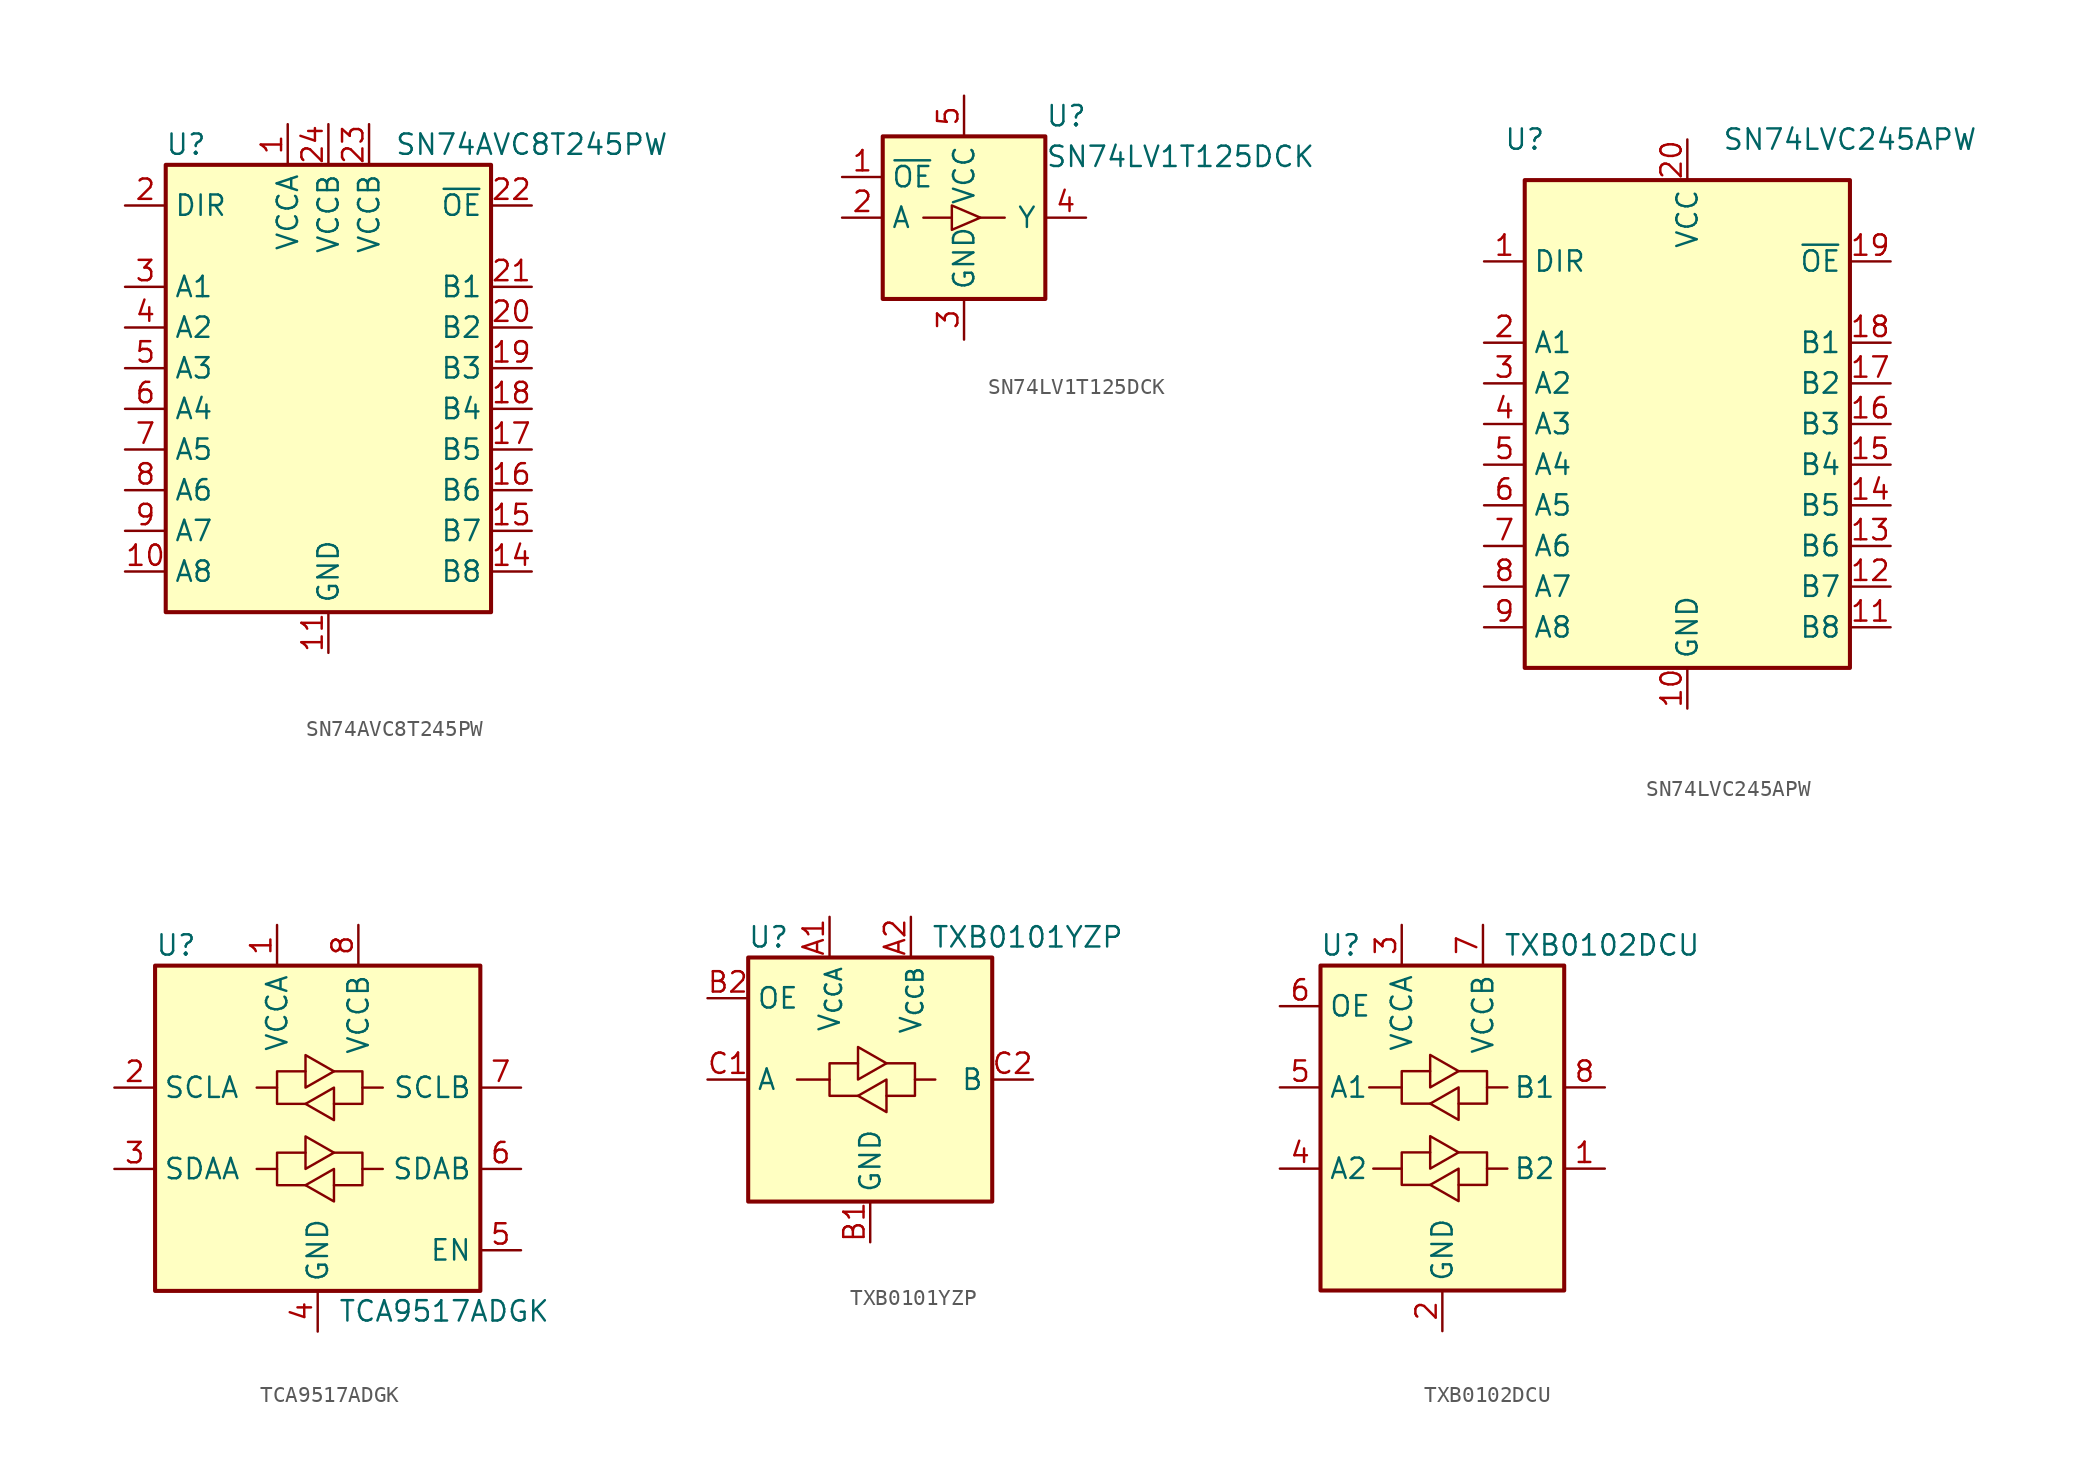
<source format=kicad_sym>
(kicad_symbol_lib
  (version 20231120)
  (generator "kicad_symbol_editor")
  (generator_version "8.0")
  (symbol "SN74AVC8T245PW"
    (property "Reference" "U"
      (at -8.89 13.97 0)
      (effects (font (size 1.27 1.27))))
    (property "Value" "SN74AVC8T245PW"
      (at 12.7 13.97 0)
      (effects (font (size 1.27 1.27))))
    (symbol "SN74AVC8T245PW_0_1"
      (rectangle (start -10.16 12.7) (end 10.16 -15.24) (stroke (width 0.254) (type default)) (fill (type background))))
    (symbol "SN74AVC8T245PW_1_1"
      (pin power_in line (at -2.54 15.24 270) (length 2.54) (name "VCCA" (effects (font (size 1.27 1.27)))) (number "1" (effects (font (size 1.27 1.27)))))
      (pin bidirectional line (at -12.7 -12.7 0) (length 2.54) (name "A8" (effects (font (size 1.27 1.27)))) (number "10" (effects (font (size 1.27 1.27)))))
      (pin power_in line (at 0 -17.78 90) (length 2.54) (name "GND" (effects (font (size 1.27 1.27)))) (number "11" (effects (font (size 1.27 1.27)))))
      (pin passive line (at 0 -17.78 90) (length 2.54) hide (name "GND" (effects (font (size 1.27 1.27)))) (number "12" (effects (font (size 1.27 1.27)))))
      (pin passive line (at 0 -17.78 90) (length 2.54) hide (name "GND" (effects (font (size 1.27 1.27)))) (number "13" (effects (font (size 1.27 1.27)))))
      (pin bidirectional line (at 12.7 -12.7 180) (length 2.54) (name "B8" (effects (font (size 1.27 1.27)))) (number "14" (effects (font (size 1.27 1.27)))))
      (pin bidirectional line (at 12.7 -10.16 180) (length 2.54) (name "B7" (effects (font (size 1.27 1.27)))) (number "15" (effects (font (size 1.27 1.27)))))
      (pin bidirectional line (at 12.7 -7.62 180) (length 2.54) (name "B6" (effects (font (size 1.27 1.27)))) (number "16" (effects (font (size 1.27 1.27)))))
      (pin bidirectional line (at 12.7 -5.08 180) (length 2.54) (name "B5" (effects (font (size 1.27 1.27)))) (number "17" (effects (font (size 1.27 1.27)))))
      (pin bidirectional line (at 12.7 -2.54 180) (length 2.54) (name "B4" (effects (font (size 1.27 1.27)))) (number "18" (effects (font (size 1.27 1.27)))))
      (pin bidirectional line (at 12.7 0 180) (length 2.54) (name "B3" (effects (font (size 1.27 1.27)))) (number "19" (effects (font (size 1.27 1.27)))))
      (pin input line (at -12.7 10.16 0) (length 2.54) (name "DIR" (effects (font (size 1.27 1.27)))) (number "2" (effects (font (size 1.27 1.27)))))
      (pin bidirectional line (at 12.7 2.54 180) (length 2.54) (name "B2" (effects (font (size 1.27 1.27)))) (number "20" (effects (font (size 1.27 1.27)))))
      (pin bidirectional line (at 12.7 5.08 180) (length 2.54) (name "B1" (effects (font (size 1.27 1.27)))) (number "21" (effects (font (size 1.27 1.27)))))
      (pin input line (at 12.7 10.16 180) (length 2.54) (name "~{OE}" (effects (font (size 1.27 1.27)))) (number "22" (effects (font (size 1.27 1.27)))))
      (pin power_in line (at 2.54 15.24 270) (length 2.54) (name "VCCB" (effects (font (size 1.27 1.27)))) (number "23" (effects (font (size 1.27 1.27)))))
      (pin power_in line (at 0 15.24 270) (length 2.54) (name "VCCB" (effects (font (size 1.27 1.27)))) (number "24" (effects (font (size 1.27 1.27)))))
      (pin bidirectional line (at -12.7 5.08 0) (length 2.54) (name "A1" (effects (font (size 1.27 1.27)))) (number "3" (effects (font (size 1.27 1.27)))))
      (pin bidirectional line (at -12.7 2.54 0) (length 2.54) (name "A2" (effects (font (size 1.27 1.27)))) (number "4" (effects (font (size 1.27 1.27)))))
      (pin bidirectional line (at -12.7 0 0) (length 2.54) (name "A3" (effects (font (size 1.27 1.27)))) (number "5" (effects (font (size 1.27 1.27)))))
      (pin bidirectional line (at -12.7 -2.54 0) (length 2.54) (name "A4" (effects (font (size 1.27 1.27)))) (number "6" (effects (font (size 1.27 1.27)))))
      (pin bidirectional line (at -12.7 -5.08 0) (length 2.54) (name "A5" (effects (font (size 1.27 1.27)))) (number "7" (effects (font (size 1.27 1.27)))))
      (pin bidirectional line (at -12.7 -7.62 0) (length 2.54) (name "A6" (effects (font (size 1.27 1.27)))) (number "8" (effects (font (size 1.27 1.27)))))
      (pin bidirectional line (at -12.7 -10.16 0) (length 2.54) (name "A7" (effects (font (size 1.27 1.27)))) (number "9" (effects (font (size 1.27 1.27)))))))
  (symbol "SN74LV1T125DCK"
    (property "Reference" "U"
      (at 5.08 6.35 0)
      (effects (font (size 1.27 1.27)) (justify left)))
    (property "Value" "SN74LV1T125DCK"
      (at 5.08 3.81 0)
      (effects (font (size 1.27 1.27)) (justify left)))
    (symbol "SN74LV1T125DCK_0_1"
      (rectangle (start -5.08 5.08) (end 5.08 -5.08) (stroke (width 0.254) (type default)) (fill (type background)))
      (polyline (pts (xy -0.762 0) (xy -2.54 0)) (stroke (width 0) (type default)) (fill (type none)))
      (polyline (pts (xy 1.016 0) (xy 2.54 0)) (stroke (width 0) (type default)) (fill (type none))))
    (symbol "SN74LV1T125DCK_1_1"
      (polyline (pts (xy -0.762 -0.762) (xy -0.762 0.762) (xy 1.016 0) (xy -0.762 -0.762)) (stroke (width 0) (type default)) (fill (type none)))
      (pin input line (at -7.62 2.54 0) (length 2.54) (name "~{OE}" (effects (font (size 1.27 1.27)))) (number "1" (effects (font (size 1.27 1.27)))))
      (pin input line (at -7.62 0 0) (length 2.54) (name "A" (effects (font (size 1.27 1.27)))) (number "2" (effects (font (size 1.27 1.27)))))
      (pin power_in line (at 0 -7.62 90) (length 2.54) (name "GND" (effects (font (size 1.27 1.27)))) (number "3" (effects (font (size 1.27 1.27)))))
      (pin output line (at 7.62 0 180) (length 2.54) (name "Y" (effects (font (size 1.27 1.27)))) (number "4" (effects (font (size 1.27 1.27)))))
      (pin power_in line (at 0 7.62 270) (length 2.54) (name "VCC" (effects (font (size 1.27 1.27)))) (number "5" (effects (font (size 1.27 1.27)))))))
  (symbol "SN74LVC245APW"
    (property "Reference" "U"
      (at -10.16 17.78 0)
      (effects (font (size 1.27 1.27))))
    (property "Value" "SN74LVC245APW"
      (at 10.16 17.78 0)
      (effects (font (size 1.27 1.27))))
    (symbol "SN74LVC245APW_0_1"
      (rectangle (start -10.16 15.24) (end 10.16 -15.24) (stroke (width 0.254) (type default)) (fill (type background))))
    (symbol "SN74LVC245APW_1_1"
      (pin input line (at -12.7 10.16 0) (length 2.54) (name "DIR" (effects (font (size 1.27 1.27)))) (number "1" (effects (font (size 1.27 1.27)))))
      (pin power_in line (at 0 -17.78 90) (length 2.54) (name "GND" (effects (font (size 1.27 1.27)))) (number "10" (effects (font (size 1.27 1.27)))))
      (pin bidirectional line (at 12.7 -12.7 180) (length 2.54) (name "B8" (effects (font (size 1.27 1.27)))) (number "11" (effects (font (size 1.27 1.27)))))
      (pin bidirectional line (at 12.7 -10.16 180) (length 2.54) (name "B7" (effects (font (size 1.27 1.27)))) (number "12" (effects (font (size 1.27 1.27)))))
      (pin bidirectional line (at 12.7 -7.62 180) (length 2.54) (name "B6" (effects (font (size 1.27 1.27)))) (number "13" (effects (font (size 1.27 1.27)))))
      (pin bidirectional line (at 12.7 -5.08 180) (length 2.54) (name "B5" (effects (font (size 1.27 1.27)))) (number "14" (effects (font (size 1.27 1.27)))))
      (pin bidirectional line (at 12.7 -2.54 180) (length 2.54) (name "B4" (effects (font (size 1.27 1.27)))) (number "15" (effects (font (size 1.27 1.27)))))
      (pin bidirectional line (at 12.7 0 180) (length 2.54) (name "B3" (effects (font (size 1.27 1.27)))) (number "16" (effects (font (size 1.27 1.27)))))
      (pin bidirectional line (at 12.7 2.54 180) (length 2.54) (name "B2" (effects (font (size 1.27 1.27)))) (number "17" (effects (font (size 1.27 1.27)))))
      (pin bidirectional line (at 12.7 5.08 180) (length 2.54) (name "B1" (effects (font (size 1.27 1.27)))) (number "18" (effects (font (size 1.27 1.27)))))
      (pin input line (at 12.7 10.16 180) (length 2.54) (name "~{OE}" (effects (font (size 1.27 1.27)))) (number "19" (effects (font (size 1.27 1.27)))))
      (pin bidirectional line (at -12.7 5.08 0) (length 2.54) (name "A1" (effects (font (size 1.27 1.27)))) (number "2" (effects (font (size 1.27 1.27)))))
      (pin power_in line (at 0 17.78 270) (length 2.54) (name "VCC" (effects (font (size 1.27 1.27)))) (number "20" (effects (font (size 1.27 1.27)))))
      (pin bidirectional line (at -12.7 2.54 0) (length 2.54) (name "A2" (effects (font (size 1.27 1.27)))) (number "3" (effects (font (size 1.27 1.27)))))
      (pin bidirectional line (at -12.7 0 0) (length 2.54) (name "A3" (effects (font (size 1.27 1.27)))) (number "4" (effects (font (size 1.27 1.27)))))
      (pin bidirectional line (at -12.7 -2.54 0) (length 2.54) (name "A4" (effects (font (size 1.27 1.27)))) (number "5" (effects (font (size 1.27 1.27)))))
      (pin bidirectional line (at -12.7 -5.08 0) (length 2.54) (name "A5" (effects (font (size 1.27 1.27)))) (number "6" (effects (font (size 1.27 1.27)))))
      (pin bidirectional line (at -12.7 -7.62 0) (length 2.54) (name "A6" (effects (font (size 1.27 1.27)))) (number "7" (effects (font (size 1.27 1.27)))))
      (pin bidirectional line (at -12.7 -10.16 0) (length 2.54) (name "A7" (effects (font (size 1.27 1.27)))) (number "8" (effects (font (size 1.27 1.27)))))
      (pin bidirectional line (at -12.7 -12.7 0) (length 2.54) (name "A8" (effects (font (size 1.27 1.27)))) (number "9" (effects (font (size 1.27 1.27)))))))
  (symbol "TCA9517ADGK"
    (property "Reference" "U"
      (at -10.16 11.43 0)
      (effects (font (size 1.27 1.27)) (justify left)))
    (property "Value" "TCA9517ADGK"
      (at 1.27 -11.43 0)
      (effects (font (size 1.27 1.27)) (justify left)))
    (symbol "TCA9517ADGK_1_1"
      (rectangle (start -10.16 10.16) (end 10.16 -10.16) (stroke (width 0.254) (type default)) (fill (type background)))
      (polyline (pts (xy -2.54 -2.54) (xy -2.54 -1.524) (xy -0.762 -1.524)) (stroke (width 0) (type default)) (fill (type none)))
      (polyline (pts (xy -2.54 2.54) (xy -2.54 3.556) (xy -0.762 3.556)) (stroke (width 0) (type default)) (fill (type none)))
      (polyline (pts (xy 2.794 -2.54) (xy 2.794 -3.556) (xy 1.016 -3.556)) (stroke (width 0) (type default)) (fill (type none)))
      (polyline (pts (xy 2.794 2.54) (xy 2.794 1.524) (xy 1.016 1.524)) (stroke (width 0) (type default)) (fill (type none)))
      (polyline (pts (xy -0.762 -3.556) (xy -2.54 -3.556) (xy -2.54 -2.54) (xy -3.81 -2.54)) (stroke (width 0) (type default)) (fill (type none)))
      (polyline (pts (xy -0.762 -2.54) (xy -0.762 -0.508) (xy 1.016 -1.524) (xy -0.762 -2.54)) (stroke (width 0) (type default)) (fill (type none)))
      (polyline (pts (xy -0.762 1.524) (xy -2.54 1.524) (xy -2.54 2.54) (xy -3.81 2.54)) (stroke (width 0) (type default)) (fill (type none)))
      (polyline (pts (xy -0.762 2.54) (xy -0.762 4.572) (xy 1.016 3.556) (xy -0.762 2.54)) (stroke (width 0) (type default)) (fill (type none)))
      (polyline (pts (xy 1.016 -1.524) (xy 2.794 -1.524) (xy 2.794 -2.54) (xy 4.064 -2.54)) (stroke (width 0) (type default)) (fill (type none)))
      (polyline (pts (xy 1.016 3.556) (xy 2.794 3.556) (xy 2.794 2.54) (xy 4.064 2.54)) (stroke (width 0) (type default)) (fill (type none)))
      (polyline (pts (xy 1.016 -2.54) (xy 1.016 -4.318) (xy 1.016 -4.572) (xy -0.762 -3.556) (xy 1.016 -2.54)) (stroke (width 0) (type default)) (fill (type none)))
      (polyline (pts (xy 1.016 2.54) (xy 1.016 0.762) (xy 1.016 0.508) (xy -0.762 1.524) (xy 1.016 2.54)) (stroke (width 0) (type default)) (fill (type none)))
      (pin power_in line (at -2.54 12.7 270) (length 2.54) (name "VCCA" (effects (font (size 1.27 1.27)))) (number "1" (effects (font (size 1.27 1.27)))))
      (pin bidirectional line (at -12.7 2.54 0) (length 2.54) (name "SCLA" (effects (font (size 1.27 1.27)))) (number "2" (effects (font (size 1.27 1.27)))))
      (pin bidirectional line (at -12.7 -2.54 0) (length 2.54) (name "SDAA" (effects (font (size 1.27 1.27)))) (number "3" (effects (font (size 1.27 1.27)))))
      (pin power_in line (at 0 -12.7 90) (length 2.54) (name "GND" (effects (font (size 1.27 1.27)))) (number "4" (effects (font (size 1.27 1.27)))))
      (pin passive line (at 12.7 -7.62 180) (length 2.54) (name "EN" (effects (font (size 1.27 1.27)))) (number "5" (effects (font (size 1.27 1.27)))))
      (pin bidirectional line (at 12.7 -2.54 180) (length 2.54) (name "SDAB" (effects (font (size 1.27 1.27)))) (number "6" (effects (font (size 1.27 1.27)))))
      (pin bidirectional line (at 12.7 2.54 180) (length 2.54) (name "SCLB" (effects (font (size 1.27 1.27)))) (number "7" (effects (font (size 1.27 1.27)))))
      (pin power_in line (at 2.54 12.7 270) (length 2.54) (name "VCCB" (effects (font (size 1.27 1.27)))) (number "8" (effects (font (size 1.27 1.27)))))))
  (symbol "TXB0101YZP"
    (property "Reference" "U"
      (at -6.35 8.89 0)
      (effects (font (size 1.27 1.27))))
    (property "Value" "TXB0101YZP"
      (at 3.81 8.89 0)
      (effects (font (size 1.27 1.27)) (justify left)))
    (symbol "TXB0101YZP_0_1"
      (rectangle (start -7.62 7.62) (end 7.62 -7.62) (stroke (width 0.254) (type default)) (fill (type background)))
      (polyline (pts (xy -2.54 0) (xy -2.54 1.016) (xy -0.762 1.016)) (stroke (width 0) (type default)) (fill (type none)))
      (polyline (pts (xy 2.794 0) (xy 2.794 -1.016) (xy 1.016 -1.016)) (stroke (width 0) (type default)) (fill (type none)))
      (polyline (pts (xy -0.762 -1.016) (xy -2.54 -1.016) (xy -2.54 0) (xy -4.572 0)) (stroke (width 0) (type default)) (fill (type none)))
      (polyline (pts (xy -0.762 0) (xy -0.762 2.032) (xy 1.016 1.016) (xy -0.762 0)) (stroke (width 0) (type default)) (fill (type none)))
      (polyline (pts (xy 1.016 1.016) (xy 2.794 1.016) (xy 2.794 0) (xy 4.064 0)) (stroke (width 0) (type default)) (fill (type none)))
      (polyline (pts (xy 1.016 0) (xy 1.016 -1.778) (xy 1.016 -2.032) (xy -0.762 -1.016) (xy 1.016 0)) (stroke (width 0) (type default)) (fill (type none))))
    (symbol "TXB0101YZP_1_1"
      (pin power_in line (at -2.54 10.16 270) (length 2.54) (name "V_{CCA}" (effects (font (size 1.27 1.27)))) (number "A1" (effects (font (size 1.27 1.27)))))
      (pin power_in line (at 2.54 10.16 270) (length 2.54) (name "V_{CCB}" (effects (font (size 1.27 1.27)))) (number "A2" (effects (font (size 1.27 1.27)))))
      (pin power_in line (at 0 -10.16 90) (length 2.54) (name "GND" (effects (font (size 1.27 1.27)))) (number "B1" (effects (font (size 1.27 1.27)))))
      (pin input line (at -10.16 5.08 0) (length 2.54) (name "OE" (effects (font (size 1.27 1.27)))) (number "B2" (effects (font (size 1.27 1.27)))))
      (pin bidirectional line (at -10.16 0 0) (length 2.54) (name "A" (effects (font (size 1.27 1.27)))) (number "C1" (effects (font (size 1.27 1.27)))))
      (pin bidirectional line (at 10.16 0 180) (length 2.54) (name "B" (effects (font (size 1.27 1.27)))) (number "C2" (effects (font (size 1.27 1.27)))))))
  (symbol "TXB0102DCU"
    (property "Reference" "U"
      (at -6.35 11.43 0)
      (effects (font (size 1.27 1.27))))
    (property "Value" "TXB0102DCU"
      (at 3.81 11.43 0)
      (effects (font (size 1.27 1.27)) (justify left)))
    (symbol "TXB0102DCU_0_1"
      (rectangle (start -7.62 10.16) (end 7.62 -10.16) (stroke (width 0.254) (type default)) (fill (type background)))
      (polyline (pts (xy -2.54 -2.54) (xy -2.54 -1.524) (xy -0.762 -1.524)) (stroke (width 0) (type default)) (fill (type none)))
      (polyline (pts (xy -2.54 2.54) (xy -2.54 3.556) (xy -0.762 3.556)) (stroke (width 0) (type default)) (fill (type none)))
      (polyline (pts (xy 2.794 -2.54) (xy 2.794 -3.556) (xy 1.016 -3.556)) (stroke (width 0) (type default)) (fill (type none)))
      (polyline (pts (xy 2.794 2.54) (xy 2.794 1.524) (xy 1.016 1.524)) (stroke (width 0) (type default)) (fill (type none)))
      (polyline (pts (xy -0.762 -3.556) (xy -2.54 -3.556) (xy -2.54 -2.54) (xy -4.318 -2.54)) (stroke (width 0) (type default)) (fill (type none)))
      (polyline (pts (xy -0.762 -2.54) (xy -0.762 -0.508) (xy 1.016 -1.524) (xy -0.762 -2.54)) (stroke (width 0) (type default)) (fill (type none)))
      (polyline (pts (xy -0.762 1.524) (xy -2.54 1.524) (xy -2.54 2.54) (xy -4.572 2.54)) (stroke (width 0) (type default)) (fill (type none)))
      (polyline (pts (xy -0.762 2.54) (xy -0.762 4.572) (xy 1.016 3.556) (xy -0.762 2.54)) (stroke (width 0) (type default)) (fill (type none)))
      (polyline (pts (xy 1.016 -2.54) (xy 1.016 -4.572) (xy -0.762 -3.556) (xy 1.016 -2.54)) (stroke (width 0) (type default)) (fill (type none)))
      (polyline (pts (xy 1.016 -1.524) (xy 2.794 -1.524) (xy 2.794 -2.54) (xy 4.064 -2.54)) (stroke (width 0) (type default)) (fill (type none)))
      (polyline (pts (xy 1.016 3.556) (xy 2.794 3.556) (xy 2.794 2.54) (xy 4.064 2.54)) (stroke (width 0) (type default)) (fill (type none)))
      (polyline (pts (xy 1.016 2.54) (xy 1.016 0.762) (xy 1.016 0.508) (xy -0.762 1.524) (xy 1.016 2.54)) (stroke (width 0) (type default)) (fill (type none))))
    (symbol "TXB0102DCU_1_1"
      (pin bidirectional line (at 10.16 -2.54 180) (length 2.54) (name "B2" (effects (font (size 1.27 1.27)))) (number "1" (effects (font (size 1.27 1.27)))))
      (pin power_in line (at 0 -12.7 90) (length 2.54) (name "GND" (effects (font (size 1.27 1.27)))) (number "2" (effects (font (size 1.27 1.27)))))
      (pin power_in line (at -2.54 12.7 270) (length 2.54) (name "VCCA" (effects (font (size 1.27 1.27)))) (number "3" (effects (font (size 1.27 1.27)))))
      (pin bidirectional line (at -10.16 -2.54 0) (length 2.54) (name "A2" (effects (font (size 1.27 1.27)))) (number "4" (effects (font (size 1.27 1.27)))))
      (pin bidirectional line (at -10.16 2.54 0) (length 2.54) (name "A1" (effects (font (size 1.27 1.27)))) (number "5" (effects (font (size 1.27 1.27)))))
      (pin input line (at -10.16 7.62 0) (length 2.54) (name "OE" (effects (font (size 1.27 1.27)))) (number "6" (effects (font (size 1.27 1.27)))))
      (pin power_in line (at 2.54 12.7 270) (length 2.54) (name "VCCB" (effects (font (size 1.27 1.27)))) (number "7" (effects (font (size 1.27 1.27)))))
      (pin bidirectional line (at 10.16 2.54 180) (length 2.54) (name "B1" (effects (font (size 1.27 1.27)))) (number "8" (effects (font (size 1.27 1.27))))))))
</source>
